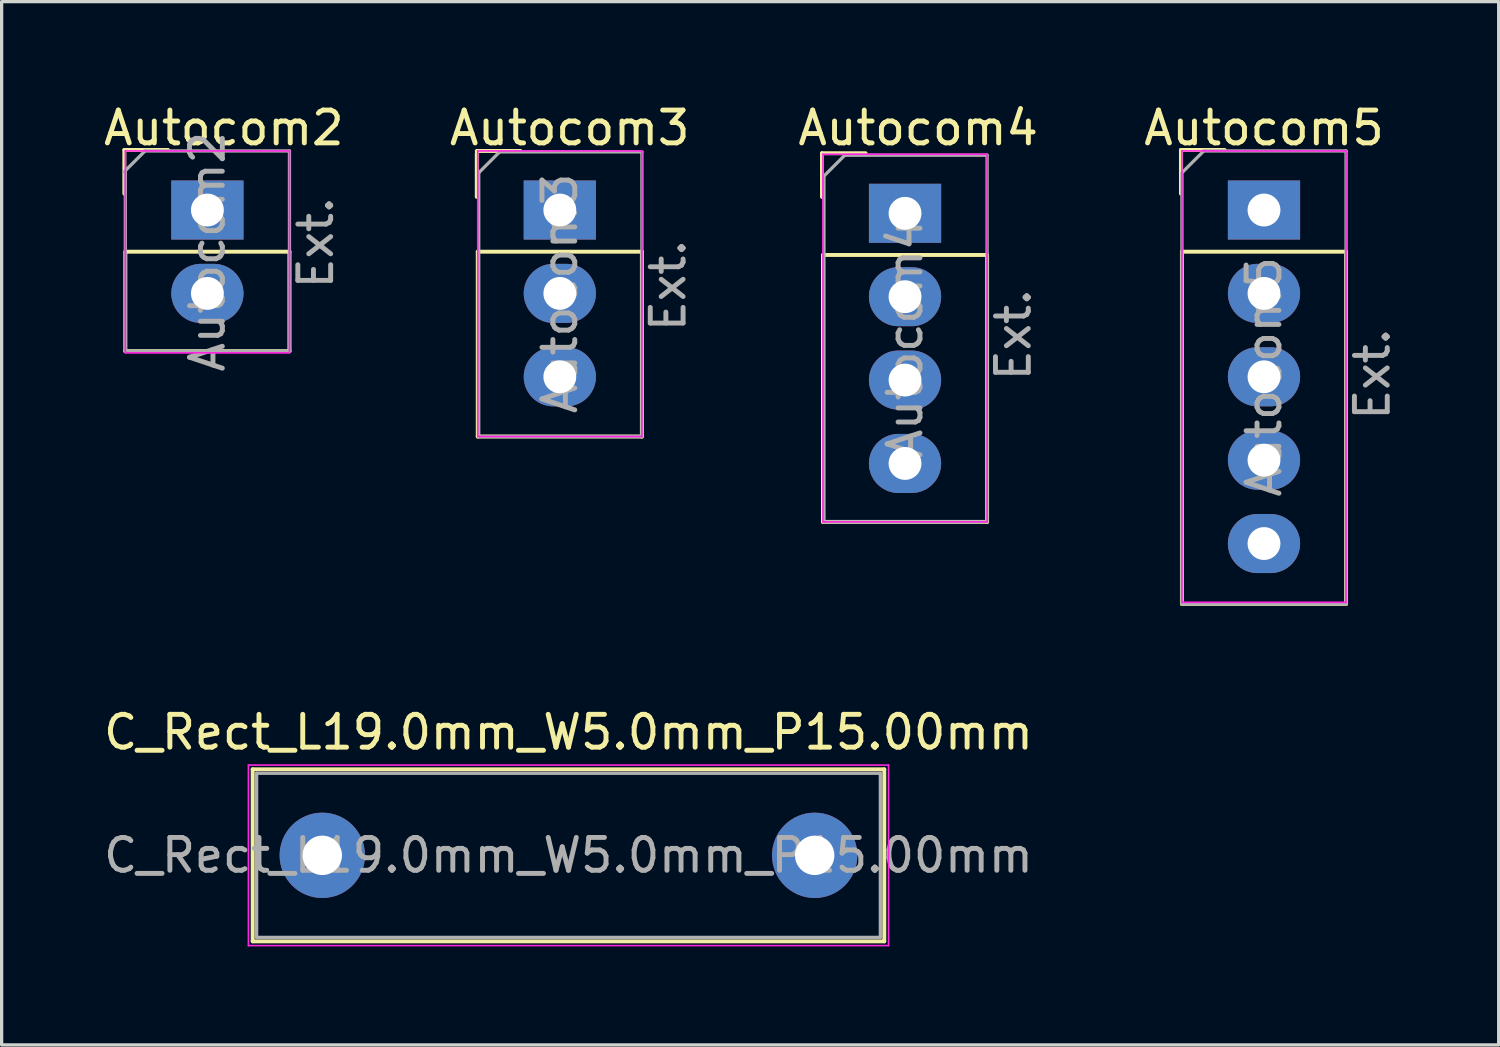
<source format=kicad_pcb>
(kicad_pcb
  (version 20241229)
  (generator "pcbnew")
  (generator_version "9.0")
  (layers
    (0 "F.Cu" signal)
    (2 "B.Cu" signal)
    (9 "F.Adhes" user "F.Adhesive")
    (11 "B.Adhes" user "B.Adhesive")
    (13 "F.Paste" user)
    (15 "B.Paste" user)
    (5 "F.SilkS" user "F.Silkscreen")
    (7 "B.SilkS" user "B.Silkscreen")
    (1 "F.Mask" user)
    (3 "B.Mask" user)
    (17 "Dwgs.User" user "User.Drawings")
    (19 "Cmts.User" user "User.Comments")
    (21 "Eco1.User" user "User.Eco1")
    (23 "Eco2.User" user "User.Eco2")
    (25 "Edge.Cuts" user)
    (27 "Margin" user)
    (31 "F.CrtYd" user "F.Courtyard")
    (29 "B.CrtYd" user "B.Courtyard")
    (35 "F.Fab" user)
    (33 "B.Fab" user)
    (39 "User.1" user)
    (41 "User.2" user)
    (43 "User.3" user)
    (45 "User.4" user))
  (footprint "Autocom4"
    (layer "F.Cu")
    (at 24.52 3.448)
    (property "Reference" "Autocom4" (at 0.4 -2.6 0) (layer "F.SilkS") (effects (font (size 1 1) (thickness 0.15))))
    (attr through_hole)
    (fp_line (start -2.53 -1.83) (end -1.2 -1.83) (stroke (width 0.12) (type solid)) (layer "F.SilkS"))
    (fp_line (start -2.53 -0.5) (end -2.53 -1.83) (stroke (width 0.12) (type solid)) (layer "F.SilkS"))
    (fp_line (start -2.5 1.27) (end -2.5 9.4) (stroke (width 0.12) (type solid)) (layer "F.SilkS"))
    (fp_line (start -2.5 1.27) (end 2.5 1.27) (stroke (width 0.12) (type solid)) (layer "F.SilkS"))
    (fp_line (start -2.5 9.4) (end 2.5 9.4) (stroke (width 0.12) (type solid)) (layer "F.SilkS"))
    (fp_line (start 2.5 1.3) (end 2.5 9.4) (stroke (width 0.12) (type solid)) (layer "F.SilkS"))
    (fp_line (start -2.5 -1.8) (end -2.5 9.4) (stroke (width 0.05) (type solid)) (layer "F.CrtYd"))
    (fp_line (start -2.5 9.4) (end 2.5 9.4) (stroke (width 0.05) (type solid)) (layer "F.CrtYd"))
    (fp_line (start 2.5 -1.8) (end -2.5 -1.8) (stroke (width 0.05) (type solid)) (layer "F.CrtYd"))
    (fp_line (start 2.5 9.4) (end 2.5 -1.8) (stroke (width 0.05) (type solid)) (layer "F.CrtYd"))
    (fp_line (start -2.47 -1.135) (end -1.835 -1.77) (stroke (width 0.1) (type solid)) (layer "F.Fab"))
    (fp_line (start -2.47 9.4) (end -2.47 -1.135) (stroke (width 0.1) (type solid)) (layer "F.Fab"))
    (fp_line (start -1.835 -1.77) (end 2.5 -1.77) (stroke (width 0.1) (type solid)) (layer "F.Fab"))
    (fp_line (start 2.47 9.4) (end -2.47 9.4) (stroke (width 0.1) (type solid)) (layer "F.Fab"))
    (fp_line (start 2.5 -1.77) (end 2.5 9.39) (stroke (width 0.1) (type solid)) (layer "F.Fab"))
    (fp_text user "Ext." (at 3.3 3.7 90) (layer "F.Fab") (effects (font (size 1 1) (thickness 0.15))))
    (fp_text user "${REFERENCE}" (at 0 3.81 90) (layer "F.Fab") (effects (font (size 1 1) (thickness 0.15))))
    (pad "1" thru_hole rect (at 0 0) (size 2.2 1.8) (drill 1) (layers "*.Cu" "*.Mask"))
    (pad "2" thru_hole oval (at 0 2.54) (size 2.2 1.8) (drill 1) (layers "*.Cu" "*.Mask"))
    (pad "3" thru_hole oval (at 0 5.08) (size 2.2 1.8) (drill 1) (layers "*.Cu" "*.Mask"))
    (pad "4" thru_hole oval (at 0 7.62) (size 2.2 1.8) (drill 1) (layers "*.Cu" "*.Mask")))
  (footprint "C_Rect_L19.0mm_W5.0mm_P15.00mm"
    (layer "F.Cu")
    (at 6.768 23.006)
    (property "Reference" "C_Rect_L19.0mm_W5.0mm_P15.00mm" (at 7.5 -3.75 0) (layer "F.SilkS") (effects (font (size 1 1) (thickness 0.15))))
    (attr through_hole)
    (fp_line (start -2.12 -2.62) (end -2.12 2.62) (stroke (width 0.12) (type solid)) (layer "F.SilkS"))
    (fp_line (start -2.12 -2.62) (end 17.12 -2.62) (stroke (width 0.12) (type solid)) (layer "F.SilkS"))
    (fp_line (start -2.12 2.62) (end 17.12 2.62) (stroke (width 0.12) (type solid)) (layer "F.SilkS"))
    (fp_line (start 17.12 -2.62) (end 17.12 2.62) (stroke (width 0.12) (type solid)) (layer "F.SilkS"))
    (fp_line (start -2.25 -2.75) (end -2.25 2.75) (stroke (width 0.05) (type solid)) (layer "F.CrtYd"))
    (fp_line (start -2.25 2.75) (end 17.25 2.75) (stroke (width 0.05) (type solid)) (layer "F.CrtYd"))
    (fp_line (start 17.25 -2.75) (end -2.25 -2.75) (stroke (width 0.05) (type solid)) (layer "F.CrtYd"))
    (fp_line (start 17.25 2.75) (end 17.25 -2.75) (stroke (width 0.05) (type solid)) (layer "F.CrtYd"))
    (fp_line (start -2 -2.5) (end -2 2.5) (stroke (width 0.1) (type solid)) (layer "F.Fab"))
    (fp_line (start -2 2.5) (end 17 2.5) (stroke (width 0.1) (type solid)) (layer "F.Fab"))
    (fp_line (start 17 -2.5) (end -2 -2.5) (stroke (width 0.1) (type solid)) (layer "F.Fab"))
    (fp_line (start 17 2.5) (end 17 -2.5) (stroke (width 0.1) (type solid)) (layer "F.Fab"))
    (fp_text user "${REFERENCE}" (at 7.5 0 0) (layer "F.Fab") (effects (font (size 1 1) (thickness 0.15))))
    (pad "1" thru_hole circle (at 0 0) (size 2.6 2.6) (drill 1.2) (layers "*.Cu" "*.Mask"))
    (pad "2" thru_hole circle (at 15 0) (size 2.6 2.6) (drill 1.2) (layers "*.Cu" "*.Mask")))
  (footprint "Autocom5"
    (layer "F.Cu")
    (at 35.455 3.348)
    (property "Reference" "Autocom5" (at 0 -2.5 0) (layer "F.SilkS") (effects (font (size 1 1) (thickness 0.15))))
    (attr through_hole)
    (fp_line (start -2.53 -1.83) (end -1.2 -1.83) (stroke (width 0.12) (type solid)) (layer "F.SilkS"))
    (fp_line (start -2.53 -0.5) (end -2.53 -1.83) (stroke (width 0.12) (type solid)) (layer "F.SilkS"))
    (fp_line (start -2.5 1.27) (end -2.5 12) (stroke (width 0.12) (type solid)) (layer "F.SilkS"))
    (fp_line (start -2.5 1.27) (end 2.5 1.27) (stroke (width 0.12) (type solid)) (layer "F.SilkS"))
    (fp_line (start -2.5 12) (end 2.5 12) (stroke (width 0.12) (type solid)) (layer "F.SilkS"))
    (fp_line (start 2.5 1.27) (end 2.5 12) (stroke (width 0.12) (type solid)) (layer "F.SilkS"))
    (fp_line (start -2.5 -1.8) (end -2.5 11.95) (stroke (width 0.05) (type solid)) (layer "F.CrtYd"))
    (fp_line (start -2.5 11.95) (end 2.5 11.95) (stroke (width 0.05) (type solid)) (layer "F.CrtYd"))
    (fp_line (start 2.5 -1.8) (end -2.5 -1.8) (stroke (width 0.05) (type solid)) (layer "F.CrtYd"))
    (fp_line (start 2.5 11.95) (end 2.5 -1.8) (stroke (width 0.05) (type solid)) (layer "F.CrtYd"))
    (fp_line (start -2.5 12) (end -2.5 -1.135) (stroke (width 0.1) (type solid)) (layer "F.Fab"))
    (fp_line (start -2.47 -1.165) (end -1.835 -1.8) (stroke (width 0.1) (type solid)) (layer "F.Fab"))
    (fp_line (start -1.835 -1.8) (end 2.5 -1.8) (stroke (width 0.1) (type solid)) (layer "F.Fab"))
    (fp_line (start 2.5 -1.8) (end 2.5 12) (stroke (width 0.1) (type solid)) (layer "F.Fab"))
    (fp_line (start 2.5 12) (end -2.5 12) (stroke (width 0.1) (type solid)) (layer "F.Fab"))
    (fp_text user "${REFERENCE}" (at 0 5.08 90) (layer "F.Fab") (effects (font (size 1 1) (thickness 0.15))))
    (fp_text user "Ext." (at 3.3 5 90) (layer "F.Fab") (effects (font (size 1 1) (thickness 0.15))))
    (pad "1" thru_hole rect (at 0 0) (size 2.2 1.8) (drill 1) (layers "*.Cu" "*.Mask"))
    (pad "2" thru_hole oval (at 0 2.54) (size 2.2 1.8) (drill 1) (layers "*.Cu" "*.Mask"))
    (pad "3" thru_hole oval (at 0 5.08) (size 2.2 1.8) (drill 1) (layers "*.Cu" "*.Mask"))
    (pad "4" thru_hole oval (at 0 7.62) (size 2.2 1.8) (drill 1) (layers "*.Cu" "*.Mask"))
    (pad "5" thru_hole oval (at 0 10.16) (size 2.2 1.8) (drill 1) (layers "*.Cu" "*.Mask")))
  (footprint "Autocom2"
    (layer "F.Cu")
    (at 3.268 3.348)
    (property "Reference" "Autocom2" (at 0.5 -2.5 0) (layer "F.SilkS") (effects (font (size 1 1) (thickness 0.15))))
    (attr through_hole)
    (fp_line (start -2.53 -1.83) (end -1.2 -1.83) (stroke (width 0.12) (type solid)) (layer "F.SilkS"))
    (fp_line (start -2.53 -0.5) (end -2.53 -1.83) (stroke (width 0.12) (type solid)) (layer "F.SilkS"))
    (fp_line (start -2.5 1.27) (end 2.5 1.27) (stroke (width 0.12) (type solid)) (layer "F.SilkS"))
    (fp_line (start -2.5 1.3) (end -2.5 4.3) (stroke (width 0.12) (type solid)) (layer "F.SilkS"))
    (fp_line (start -2.5 4.3) (end 2.5 4.3) (stroke (width 0.12) (type solid)) (layer "F.SilkS"))
    (fp_line (start 2.5 1.27) (end 2.5 4.3) (stroke (width 0.12) (type solid)) (layer "F.SilkS"))
    (fp_line (start -2.5 -1.8) (end -2.5 4.35) (stroke (width 0.05) (type solid)) (layer "F.CrtYd"))
    (fp_line (start -2.5 4.35) (end 2.5 4.35) (stroke (width 0.05) (type solid)) (layer "F.CrtYd"))
    (fp_line (start 2.5 -1.8) (end -2.5 -1.8) (stroke (width 0.05) (type solid)) (layer "F.CrtYd"))
    (fp_line (start 2.5 4.35) (end 2.5 -1.8) (stroke (width 0.05) (type solid)) (layer "F.CrtYd"))
    (fp_line (start -2.535 -1.165) (end -1.9 -1.8) (stroke (width 0.1) (type solid)) (layer "F.Fab"))
    (fp_line (start -2.5 4.3) (end -2.5 -1.165) (stroke (width 0.1) (type solid)) (layer "F.Fab"))
    (fp_line (start -1.905 -1.8) (end 2.5 -1.8) (stroke (width 0.1) (type solid)) (layer "F.Fab"))
    (fp_line (start 2.5 -1.8) (end 2.5 4.3) (stroke (width 0.1) (type solid)) (layer "F.Fab"))
    (fp_line (start 2.5 4.3) (end -2.5 4.3) (stroke (width 0.1) (type solid)) (layer "F.Fab"))
    (fp_text user "Ext." (at 3.3 1 90) (layer "F.Fab") (effects (font (size 1 1) (thickness 0.15))))
    (fp_text user "${REFERENCE}" (at 0 1.27 90) (layer "F.Fab") (effects (font (size 1 1) (thickness 0.15))))
    (pad "1" thru_hole rect (at 0 0) (size 2.2 1.8) (drill 1) (layers "*.Cu" "*.Mask"))
    (pad "2" thru_hole oval (at 0 2.54) (size 2.2 1.8) (drill 1) (layers "*.Cu" "*.Mask")))
  (footprint "Autocom3"
    (layer "F.Cu")
    (at 14.004 3.348)
    (property "Reference" "Autocom3" (at 0.3 -2.5 0) (layer "F.SilkS") (effects (font (size 1 1) (thickness 0.15))))
    (attr through_hole)
    (fp_line (start -2.53 -1.8) (end -1.2 -1.8) (stroke (width 0.12) (type solid)) (layer "F.SilkS"))
    (fp_line (start -2.53 -0.4) (end -2.53 -1.73) (stroke (width 0.12) (type solid)) (layer "F.SilkS"))
    (fp_line (start -2.5 1.27) (end -2.5 6.9) (stroke (width 0.12) (type solid)) (layer "F.SilkS"))
    (fp_line (start -2.5 1.27) (end 2.5 1.27) (stroke (width 0.12) (type solid)) (layer "F.SilkS"))
    (fp_line (start -2.5 6.9) (end 2.5 6.9) (stroke (width 0.12) (type solid)) (layer "F.SilkS"))
    (fp_line (start 2.5 1.27) (end 2.5 6.9) (stroke (width 0.12) (type solid)) (layer "F.SilkS"))
    (fp_line (start -2.5 -1.8) (end -2.5 6.9) (stroke (width 0.05) (type solid)) (layer "F.CrtYd"))
    (fp_line (start -2.5 6.9) (end 2.5 6.9) (stroke (width 0.05) (type solid)) (layer "F.CrtYd"))
    (fp_line (start 2.5 -1.8) (end -2.5 -1.8) (stroke (width 0.05) (type solid)) (layer "F.CrtYd"))
    (fp_line (start 2.5 6.9) (end 2.5 -1.8) (stroke (width 0.05) (type solid)) (layer "F.CrtYd"))
    (fp_line (start -2.47 -1.135) (end -1.835 -1.77) (stroke (width 0.1) (type solid)) (layer "F.Fab"))
    (fp_line (start -2.47 6.9) (end -2.47 -1.135) (stroke (width 0.1) (type solid)) (layer "F.Fab"))
    (fp_line (start -1.835 -1.77) (end 2.5 -1.77) (stroke (width 0.1) (type solid)) (layer "F.Fab"))
    (fp_line (start 2.5 -1.77) (end 2.5 6.9) (stroke (width 0.1) (type solid)) (layer "F.Fab"))
    (fp_line (start 2.5 6.9) (end -2.47 6.9) (stroke (width 0.1) (type solid)) (layer "F.Fab"))
    (fp_text user "Ext." (at 3.3 2.3 90) (layer "F.Fab") (effects (font (size 1 1) (thickness 0.15))))
    (fp_text user "${REFERENCE}" (at 0 2.54 90) (layer "F.Fab") (effects (font (size 1 1) (thickness 0.15))))
    (pad "1" thru_hole rect (at 0 0) (size 2.2 1.8) (drill 1) (layers "*.Cu" "*.Mask"))
    (pad "2" thru_hole oval (at 0 2.54) (size 2.2 1.8) (drill 1) (layers "*.Cu" "*.Mask"))
    (pad "3" thru_hole oval (at 0 5.08) (size 2.2 1.8) (drill 1) (layers "*.Cu" "*.Mask")))
  (gr_rect
    (start -3 -3)
    (end 42.604 28.782)
    (stroke (width 0.1) (type default))
    (fill no)
    (layer "Edge.Cuts")))
</source>
